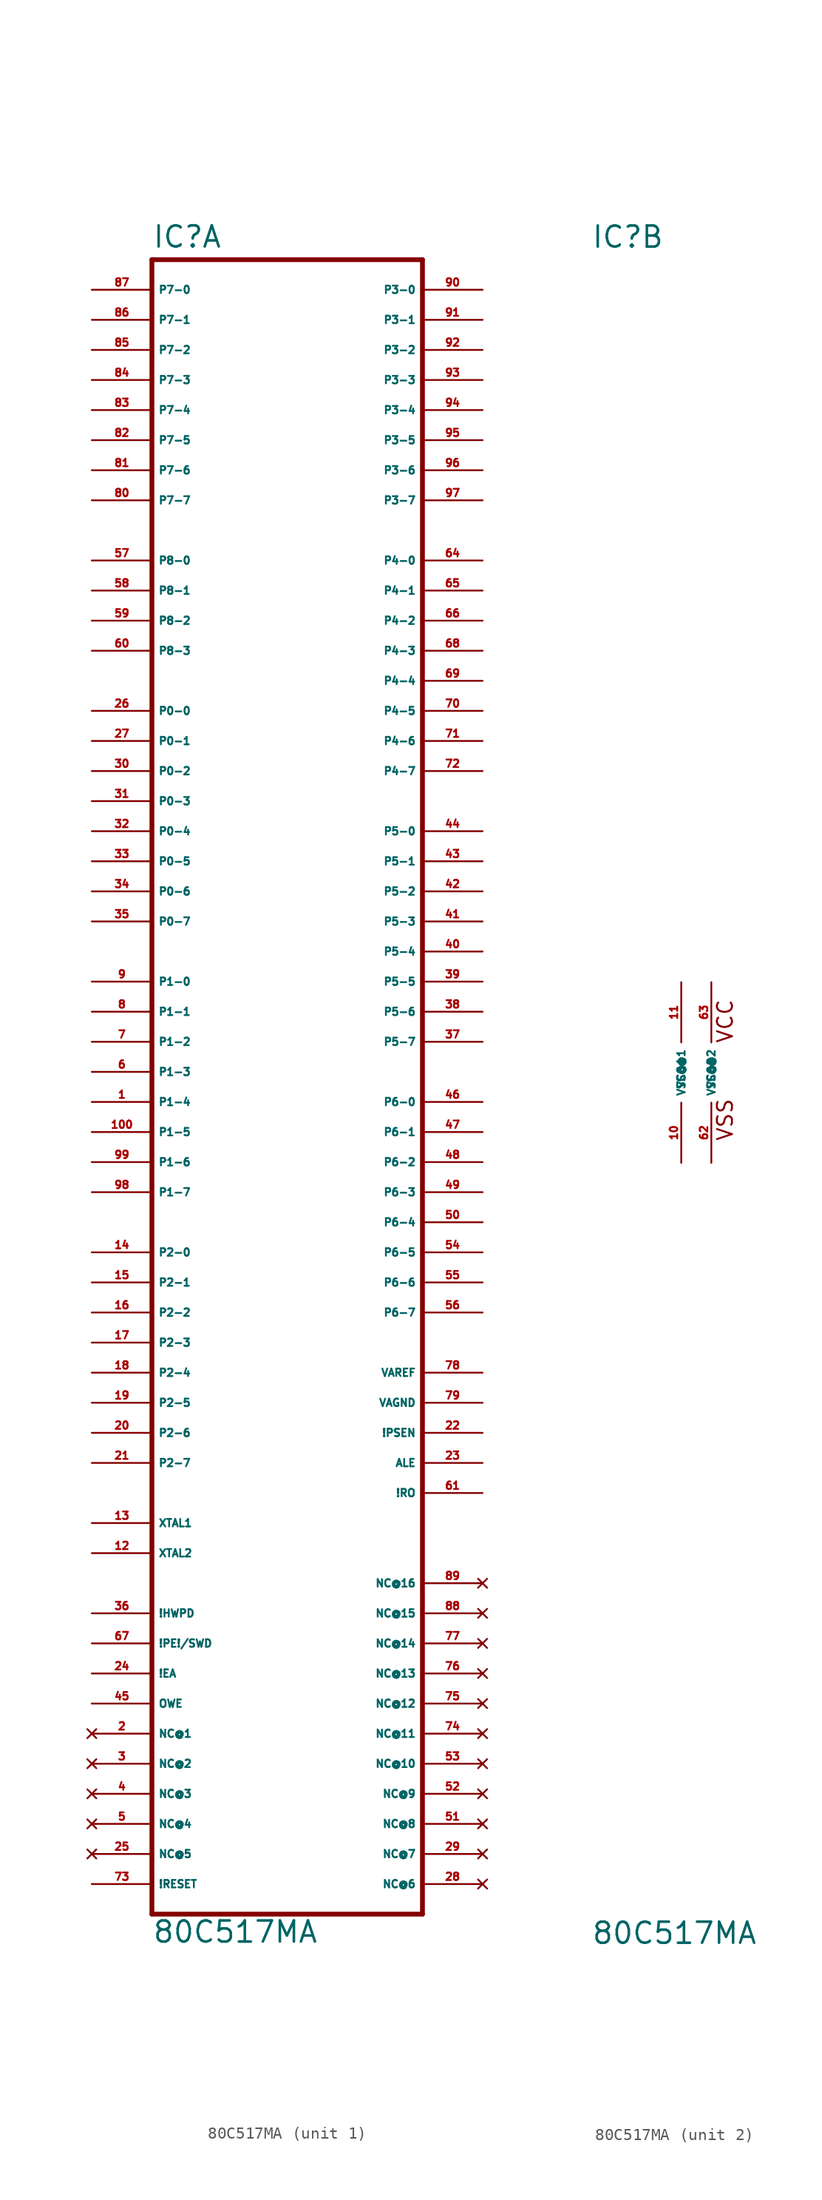
<source format=kicad_sym>
(kicad_symbol_lib
  (version 20220914)
  (generator Eagle2Kicad)
  (symbol "80C517MA"
    (property "Reference" "IC"
      (at -10.16 69.469 0)
      (effects (font (size 1.778 1.778) (thickness 0.22)) (justify left bottom)))
    (property "Value" "80C517MA"
      (at -10.16 -73.66 0)
      (effects (font (size 1.778 1.778) (thickness 0.22)) (justify left bottom)))
    (symbol "80C517MA_1_0"
      (polyline (pts (xy -10.16 -71.12) (xy 12.7 -71.12)) (stroke (width 0.406) (type default)) (fill (type none)))
      (polyline (pts (xy 12.7 -71.12) (xy 12.7 68.58)) (stroke (width 0.406) (type default)) (fill (type none)))
      (polyline (pts (xy 12.7 68.58) (xy -10.16 68.58)) (stroke (width 0.406) (type default)) (fill (type none)))
      (polyline (pts (xy -10.16 68.58) (xy -10.16 -71.12)) (stroke (width 0.406) (type default)) (fill (type none)))
      (pin input line (at -15.24 66.04 0) (length 5.08) (name "P7-0" (effects (font (size 0.635 0.635) (thickness 0.08)) (justify left bottom))) (number "87" (effects (font (size 0.635 0.635) (thickness 0.08)) (justify left bottom))))
      (pin input line (at -15.24 63.5 0) (length 5.08) (name "P7-1" (effects (font (size 0.635 0.635) (thickness 0.08)) (justify left bottom))) (number "86" (effects (font (size 0.635 0.635) (thickness 0.08)) (justify left bottom))))
      (pin input line (at -15.24 60.96 0) (length 5.08) (name "P7-2" (effects (font (size 0.635 0.635) (thickness 0.08)) (justify left bottom))) (number "85" (effects (font (size 0.635 0.635) (thickness 0.08)) (justify left bottom))))
      (pin input line (at -15.24 58.42 0) (length 5.08) (name "P7-3" (effects (font (size 0.635 0.635) (thickness 0.08)) (justify left bottom))) (number "84" (effects (font (size 0.635 0.635) (thickness 0.08)) (justify left bottom))))
      (pin input line (at -15.24 55.88 0) (length 5.08) (name "P7-4" (effects (font (size 0.635 0.635) (thickness 0.08)) (justify left bottom))) (number "83" (effects (font (size 0.635 0.635) (thickness 0.08)) (justify left bottom))))
      (pin input line (at -15.24 53.34 0) (length 5.08) (name "P7-5" (effects (font (size 0.635 0.635) (thickness 0.08)) (justify left bottom))) (number "82" (effects (font (size 0.635 0.635) (thickness 0.08)) (justify left bottom))))
      (pin input line (at -15.24 50.8 0) (length 5.08) (name "P7-6" (effects (font (size 0.635 0.635) (thickness 0.08)) (justify left bottom))) (number "81" (effects (font (size 0.635 0.635) (thickness 0.08)) (justify left bottom))))
      (pin input line (at -15.24 48.26 0) (length 5.08) (name "P7-7" (effects (font (size 0.635 0.635) (thickness 0.08)) (justify left bottom))) (number "80" (effects (font (size 0.635 0.635) (thickness 0.08)) (justify left bottom))))
      (pin bidirectional line (at -15.24 7.62 0) (length 5.08) (name "P1-0" (effects (font (size 0.635 0.635) (thickness 0.08)) (justify left bottom))) (number "9" (effects (font (size 0.635 0.635) (thickness 0.08)) (justify left bottom))))
      (pin bidirectional line (at -15.24 2.54 0) (length 5.08) (name "P1-2" (effects (font (size 0.635 0.635) (thickness 0.08)) (justify left bottom))) (number "7" (effects (font (size 0.635 0.635) (thickness 0.08)) (justify left bottom))))
      (pin bidirectional line (at -15.24 0 0) (length 5.08) (name "P1-3" (effects (font (size 0.635 0.635) (thickness 0.08)) (justify left bottom))) (number "6" (effects (font (size 0.635 0.635) (thickness 0.08)) (justify left bottom))))
      (pin bidirectional line (at -15.24 -2.54 0) (length 5.08) (name "P1-4" (effects (font (size 0.635 0.635) (thickness 0.08)) (justify left bottom))) (number "1" (effects (font (size 0.635 0.635) (thickness 0.08)) (justify left bottom))))
      (pin bidirectional line (at -15.24 -5.08 0) (length 5.08) (name "P1-5" (effects (font (size 0.635 0.635) (thickness 0.08)) (justify left bottom))) (number "100" (effects (font (size 0.635 0.635) (thickness 0.08)) (justify left bottom))))
      (pin bidirectional line (at -15.24 -7.62 0) (length 5.08) (name "P1-6" (effects (font (size 0.635 0.635) (thickness 0.08)) (justify left bottom))) (number "99" (effects (font (size 0.635 0.635) (thickness 0.08)) (justify left bottom))))
      (pin bidirectional line (at -15.24 -10.16 0) (length 5.08) (name "P1-7" (effects (font (size 0.635 0.635) (thickness 0.08)) (justify left bottom))) (number "98" (effects (font (size 0.635 0.635) (thickness 0.08)) (justify left bottom))))
      (pin bidirectional line (at -15.24 -15.24 0) (length 5.08) (name "P2-0" (effects (font (size 0.635 0.635) (thickness 0.08)) (justify left bottom))) (number "14" (effects (font (size 0.635 0.635) (thickness 0.08)) (justify left bottom))))
      (pin bidirectional line (at -15.24 -17.78 0) (length 5.08) (name "P2-1" (effects (font (size 0.635 0.635) (thickness 0.08)) (justify left bottom))) (number "15" (effects (font (size 0.635 0.635) (thickness 0.08)) (justify left bottom))))
      (pin bidirectional line (at -15.24 -20.32 0) (length 5.08) (name "P2-2" (effects (font (size 0.635 0.635) (thickness 0.08)) (justify left bottom))) (number "16" (effects (font (size 0.635 0.635) (thickness 0.08)) (justify left bottom))))
      (pin bidirectional line (at -15.24 -22.86 0) (length 5.08) (name "P2-3" (effects (font (size 0.635 0.635) (thickness 0.08)) (justify left bottom))) (number "17" (effects (font (size 0.635 0.635) (thickness 0.08)) (justify left bottom))))
      (pin bidirectional line (at -15.24 -25.4 0) (length 5.08) (name "P2-4" (effects (font (size 0.635 0.635) (thickness 0.08)) (justify left bottom))) (number "18" (effects (font (size 0.635 0.635) (thickness 0.08)) (justify left bottom))))
      (pin bidirectional line (at -15.24 -27.94 0) (length 5.08) (name "P2-5" (effects (font (size 0.635 0.635) (thickness 0.08)) (justify left bottom))) (number "19" (effects (font (size 0.635 0.635) (thickness 0.08)) (justify left bottom))))
      (pin bidirectional line (at -15.24 -30.48 0) (length 5.08) (name "P2-6" (effects (font (size 0.635 0.635) (thickness 0.08)) (justify left bottom))) (number "20" (effects (font (size 0.635 0.635) (thickness 0.08)) (justify left bottom))))
      (pin bidirectional line (at -15.24 -33.02 0) (length 5.08) (name "P2-7" (effects (font (size 0.635 0.635) (thickness 0.08)) (justify left bottom))) (number "21" (effects (font (size 0.635 0.635) (thickness 0.08)) (justify left bottom))))
      (pin bidirectional line (at 17.78 66.04 180) (length 5.08) (name "P3-0" (effects (font (size 0.635 0.635) (thickness 0.08)) (justify left bottom))) (number "90" (effects (font (size 0.635 0.635) (thickness 0.08)) (justify left bottom))))
      (pin bidirectional line (at 17.78 63.5 180) (length 5.08) (name "P3-1" (effects (font (size 0.635 0.635) (thickness 0.08)) (justify left bottom))) (number "91" (effects (font (size 0.635 0.635) (thickness 0.08)) (justify left bottom))))
      (pin bidirectional line (at 17.78 60.96 180) (length 5.08) (name "P3-2" (effects (font (size 0.635 0.635) (thickness 0.08)) (justify left bottom))) (number "92" (effects (font (size 0.635 0.635) (thickness 0.08)) (justify left bottom))))
      (pin bidirectional line (at 17.78 58.42 180) (length 5.08) (name "P3-3" (effects (font (size 0.635 0.635) (thickness 0.08)) (justify left bottom))) (number "93" (effects (font (size 0.635 0.635) (thickness 0.08)) (justify left bottom))))
      (pin bidirectional line (at 17.78 55.88 180) (length 5.08) (name "P3-4" (effects (font (size 0.635 0.635) (thickness 0.08)) (justify left bottom))) (number "94" (effects (font (size 0.635 0.635) (thickness 0.08)) (justify left bottom))))
      (pin bidirectional line (at 17.78 53.34 180) (length 5.08) (name "P3-5" (effects (font (size 0.635 0.635) (thickness 0.08)) (justify left bottom))) (number "95" (effects (font (size 0.635 0.635) (thickness 0.08)) (justify left bottom))))
      (pin bidirectional line (at 17.78 50.8 180) (length 5.08) (name "P3-6" (effects (font (size 0.635 0.635) (thickness 0.08)) (justify left bottom))) (number "96" (effects (font (size 0.635 0.635) (thickness 0.08)) (justify left bottom))))
      (pin bidirectional line (at 17.78 48.26 180) (length 5.08) (name "P3-7" (effects (font (size 0.635 0.635) (thickness 0.08)) (justify left bottom))) (number "97" (effects (font (size 0.635 0.635) (thickness 0.08)) (justify left bottom))))
      (pin bidirectional line (at -15.24 5.08 0) (length 5.08) (name "P1-1" (effects (font (size 0.635 0.635) (thickness 0.08)) (justify left bottom))) (number "8" (effects (font (size 0.635 0.635) (thickness 0.08)) (justify left bottom))))
      (pin bidirectional line (at 17.78 43.18 180) (length 5.08) (name "P4-0" (effects (font (size 0.635 0.635) (thickness 0.08)) (justify left bottom))) (number "64" (effects (font (size 0.635 0.635) (thickness 0.08)) (justify left bottom))))
      (pin bidirectional line (at 17.78 40.64 180) (length 5.08) (name "P4-1" (effects (font (size 0.635 0.635) (thickness 0.08)) (justify left bottom))) (number "65" (effects (font (size 0.635 0.635) (thickness 0.08)) (justify left bottom))))
      (pin bidirectional line (at 17.78 38.1 180) (length 5.08) (name "P4-2" (effects (font (size 0.635 0.635) (thickness 0.08)) (justify left bottom))) (number "66" (effects (font (size 0.635 0.635) (thickness 0.08)) (justify left bottom))))
      (pin bidirectional line (at 17.78 35.56 180) (length 5.08) (name "P4-3" (effects (font (size 0.635 0.635) (thickness 0.08)) (justify left bottom))) (number "68" (effects (font (size 0.635 0.635) (thickness 0.08)) (justify left bottom))))
      (pin bidirectional line (at 17.78 33.02 180) (length 5.08) (name "P4-4" (effects (font (size 0.635 0.635) (thickness 0.08)) (justify left bottom))) (number "69" (effects (font (size 0.635 0.635) (thickness 0.08)) (justify left bottom))))
      (pin bidirectional line (at 17.78 30.48 180) (length 5.08) (name "P4-5" (effects (font (size 0.635 0.635) (thickness 0.08)) (justify left bottom))) (number "70" (effects (font (size 0.635 0.635) (thickness 0.08)) (justify left bottom))))
      (pin bidirectional line (at 17.78 27.94 180) (length 5.08) (name "P4-6" (effects (font (size 0.635 0.635) (thickness 0.08)) (justify left bottom))) (number "71" (effects (font (size 0.635 0.635) (thickness 0.08)) (justify left bottom))))
      (pin bidirectional line (at 17.78 25.4 180) (length 5.08) (name "P4-7" (effects (font (size 0.635 0.635) (thickness 0.08)) (justify left bottom))) (number "72" (effects (font (size 0.635 0.635) (thickness 0.08)) (justify left bottom))))
      (pin bidirectional line (at -15.24 30.48 0) (length 5.08) (name "P0-0" (effects (font (size 0.635 0.635) (thickness 0.08)) (justify left bottom))) (number "26" (effects (font (size 0.635 0.635) (thickness 0.08)) (justify left bottom))))
      (pin bidirectional line (at -15.24 27.94 0) (length 5.08) (name "P0-1" (effects (font (size 0.635 0.635) (thickness 0.08)) (justify left bottom))) (number "27" (effects (font (size 0.635 0.635) (thickness 0.08)) (justify left bottom))))
      (pin bidirectional line (at -15.24 25.4 0) (length 5.08) (name "P0-2" (effects (font (size 0.635 0.635) (thickness 0.08)) (justify left bottom))) (number "30" (effects (font (size 0.635 0.635) (thickness 0.08)) (justify left bottom))))
      (pin bidirectional line (at -15.24 22.86 0) (length 5.08) (name "P0-3" (effects (font (size 0.635 0.635) (thickness 0.08)) (justify left bottom))) (number "31" (effects (font (size 0.635 0.635) (thickness 0.08)) (justify left bottom))))
      (pin bidirectional line (at -15.24 20.32 0) (length 5.08) (name "P0-4" (effects (font (size 0.635 0.635) (thickness 0.08)) (justify left bottom))) (number "32" (effects (font (size 0.635 0.635) (thickness 0.08)) (justify left bottom))))
      (pin bidirectional line (at -15.24 17.78 0) (length 5.08) (name "P0-5" (effects (font (size 0.635 0.635) (thickness 0.08)) (justify left bottom))) (number "33" (effects (font (size 0.635 0.635) (thickness 0.08)) (justify left bottom))))
      (pin bidirectional line (at -15.24 15.24 0) (length 5.08) (name "P0-6" (effects (font (size 0.635 0.635) (thickness 0.08)) (justify left bottom))) (number "34" (effects (font (size 0.635 0.635) (thickness 0.08)) (justify left bottom))))
      (pin bidirectional line (at -15.24 12.7 0) (length 5.08) (name "P0-7" (effects (font (size 0.635 0.635) (thickness 0.08)) (justify left bottom))) (number "35" (effects (font (size 0.635 0.635) (thickness 0.08)) (justify left bottom))))
      (pin bidirectional line (at 17.78 20.32 180) (length 5.08) (name "P5-0" (effects (font (size 0.635 0.635) (thickness 0.08)) (justify left bottom))) (number "44" (effects (font (size 0.635 0.635) (thickness 0.08)) (justify left bottom))))
      (pin bidirectional line (at 17.78 17.78 180) (length 5.08) (name "P5-1" (effects (font (size 0.635 0.635) (thickness 0.08)) (justify left bottom))) (number "43" (effects (font (size 0.635 0.635) (thickness 0.08)) (justify left bottom))))
      (pin bidirectional line (at 17.78 15.24 180) (length 5.08) (name "P5-2" (effects (font (size 0.635 0.635) (thickness 0.08)) (justify left bottom))) (number "42" (effects (font (size 0.635 0.635) (thickness 0.08)) (justify left bottom))))
      (pin bidirectional line (at 17.78 12.7 180) (length 5.08) (name "P5-3" (effects (font (size 0.635 0.635) (thickness 0.08)) (justify left bottom))) (number "41" (effects (font (size 0.635 0.635) (thickness 0.08)) (justify left bottom))))
      (pin bidirectional line (at 17.78 10.16 180) (length 5.08) (name "P5-4" (effects (font (size 0.635 0.635) (thickness 0.08)) (justify left bottom))) (number "40" (effects (font (size 0.635 0.635) (thickness 0.08)) (justify left bottom))))
      (pin bidirectional line (at 17.78 7.62 180) (length 5.08) (name "P5-5" (effects (font (size 0.635 0.635) (thickness 0.08)) (justify left bottom))) (number "39" (effects (font (size 0.635 0.635) (thickness 0.08)) (justify left bottom))))
      (pin bidirectional line (at 17.78 5.08 180) (length 5.08) (name "P5-6" (effects (font (size 0.635 0.635) (thickness 0.08)) (justify left bottom))) (number "38" (effects (font (size 0.635 0.635) (thickness 0.08)) (justify left bottom))))
      (pin bidirectional line (at 17.78 2.54 180) (length 5.08) (name "P5-7" (effects (font (size 0.635 0.635) (thickness 0.08)) (justify left bottom))) (number "37" (effects (font (size 0.635 0.635) (thickness 0.08)) (justify left bottom))))
      (pin bidirectional line (at 17.78 -2.54 180) (length 5.08) (name "P6-0" (effects (font (size 0.635 0.635) (thickness 0.08)) (justify left bottom))) (number "46" (effects (font (size 0.635 0.635) (thickness 0.08)) (justify left bottom))))
      (pin bidirectional line (at 17.78 -5.08 180) (length 5.08) (name "P6-1" (effects (font (size 0.635 0.635) (thickness 0.08)) (justify left bottom))) (number "47" (effects (font (size 0.635 0.635) (thickness 0.08)) (justify left bottom))))
      (pin bidirectional line (at 17.78 -7.62 180) (length 5.08) (name "P6-2" (effects (font (size 0.635 0.635) (thickness 0.08)) (justify left bottom))) (number "48" (effects (font (size 0.635 0.635) (thickness 0.08)) (justify left bottom))))
      (pin bidirectional line (at 17.78 -10.16 180) (length 5.08) (name "P6-3" (effects (font (size 0.635 0.635) (thickness 0.08)) (justify left bottom))) (number "49" (effects (font (size 0.635 0.635) (thickness 0.08)) (justify left bottom))))
      (pin bidirectional line (at 17.78 -12.7 180) (length 5.08) (name "P6-4" (effects (font (size 0.635 0.635) (thickness 0.08)) (justify left bottom))) (number "50" (effects (font (size 0.635 0.635) (thickness 0.08)) (justify left bottom))))
      (pin bidirectional line (at 17.78 -15.24 180) (length 5.08) (name "P6-5" (effects (font (size 0.635 0.635) (thickness 0.08)) (justify left bottom))) (number "54" (effects (font (size 0.635 0.635) (thickness 0.08)) (justify left bottom))))
      (pin bidirectional line (at 17.78 -17.78 180) (length 5.08) (name "P6-6" (effects (font (size 0.635 0.635) (thickness 0.08)) (justify left bottom))) (number "55" (effects (font (size 0.635 0.635) (thickness 0.08)) (justify left bottom))))
      (pin bidirectional line (at 17.78 -20.32 180) (length 5.08) (name "P6-7" (effects (font (size 0.635 0.635) (thickness 0.08)) (justify left bottom))) (number "56" (effects (font (size 0.635 0.635) (thickness 0.08)) (justify left bottom))))
      (pin input line (at -15.24 43.18 0) (length 5.08) (name "P8-0" (effects (font (size 0.635 0.635) (thickness 0.08)) (justify left bottom))) (number "57" (effects (font (size 0.635 0.635) (thickness 0.08)) (justify left bottom))))
      (pin input line (at -15.24 40.64 0) (length 5.08) (name "P8-1" (effects (font (size 0.635 0.635) (thickness 0.08)) (justify left bottom))) (number "58" (effects (font (size 0.635 0.635) (thickness 0.08)) (justify left bottom))))
      (pin input line (at -15.24 38.1 0) (length 5.08) (name "P8-2" (effects (font (size 0.635 0.635) (thickness 0.08)) (justify left bottom))) (number "59" (effects (font (size 0.635 0.635) (thickness 0.08)) (justify left bottom))))
      (pin input line (at -15.24 35.56 0) (length 5.08) (name "P8-3" (effects (font (size 0.635 0.635) (thickness 0.08)) (justify left bottom))) (number "60" (effects (font (size 0.635 0.635) (thickness 0.08)) (justify left bottom))))
      (pin input line (at -15.24 -48.26 0) (length 5.08) (name "!PE!/SWD" (effects (font (size 0.635 0.635) (thickness 0.08)) (justify left bottom))) (number "67" (effects (font (size 0.635 0.635) (thickness 0.08)) (justify left bottom))))
      (pin input line (at -15.24 -68.58 0) (length 5.08) (name "!RESET" (effects (font (size 0.635 0.635) (thickness 0.08)) (justify left bottom))) (number "73" (effects (font (size 0.635 0.635) (thickness 0.08)) (justify left bottom))))
      (pin passive line (at 17.78 -25.4 180) (length 5.08) (name "VAREF" (effects (font (size 0.635 0.635) (thickness 0.08)) (justify left bottom))) (number "78" (effects (font (size 0.635 0.635) (thickness 0.08)) (justify left bottom))))
      (pin passive line (at 17.78 -27.94 180) (length 5.08) (name "VAGND" (effects (font (size 0.635 0.635) (thickness 0.08)) (justify left bottom))) (number "79" (effects (font (size 0.635 0.635) (thickness 0.08)) (justify left bottom))))
      (pin passive line (at -15.24 -38.1 0) (length 5.08) (name "XTAL1" (effects (font (size 0.635 0.635) (thickness 0.08)) (justify left bottom))) (number "13" (effects (font (size 0.635 0.635) (thickness 0.08)) (justify left bottom))))
      (pin passive line (at -15.24 -40.64 0) (length 5.08) (name "XTAL2" (effects (font (size 0.635 0.635) (thickness 0.08)) (justify left bottom))) (number "12" (effects (font (size 0.635 0.635) (thickness 0.08)) (justify left bottom))))
      (pin output line (at 17.78 -30.48 180) (length 5.08) (name "!PSEN" (effects (font (size 0.635 0.635) (thickness 0.08)) (justify left bottom))) (number "22" (effects (font (size 0.635 0.635) (thickness 0.08)) (justify left bottom))))
      (pin output line (at 17.78 -33.02 180) (length 5.08) (name "ALE" (effects (font (size 0.635 0.635) (thickness 0.08)) (justify left bottom))) (number "23" (effects (font (size 0.635 0.635) (thickness 0.08)) (justify left bottom))))
      (pin input line (at -15.24 -50.8 0) (length 5.08) (name "!EA" (effects (font (size 0.635 0.635) (thickness 0.08)) (justify left bottom))) (number "24" (effects (font (size 0.635 0.635) (thickness 0.08)) (justify left bottom))))
      (pin input line (at -15.24 -53.34 0) (length 5.08) (name "OWE" (effects (font (size 0.635 0.635) (thickness 0.08)) (justify left bottom))) (number "45" (effects (font (size 0.635 0.635) (thickness 0.08)) (justify left bottom))))
      (pin output line (at 17.78 -35.56 180) (length 5.08) (name "!RO" (effects (font (size 0.635 0.635) (thickness 0.08)) (justify left bottom))) (number "61" (effects (font (size 0.635 0.635) (thickness 0.08)) (justify left bottom))))
      (pin input line (at -15.24 -45.72 0) (length 5.08) (name "!HWPD" (effects (font (size 0.635 0.635) (thickness 0.08)) (justify left bottom))) (number "36" (effects (font (size 0.635 0.635) (thickness 0.08)) (justify left bottom))))
      (pin no_connect line (at 17.78 -43.18 180) (length 5.08) (name "NC@16" (effects (font (size 0.635 0.635) (thickness 0.08)) (justify left bottom) hide)) (number "89" (effects (font (size 0.635 0.635) (thickness 0.08)) (justify left bottom) hide)))
      (pin no_connect line (at 17.78 -45.72 180) (length 5.08) (name "NC@15" (effects (font (size 0.635 0.635) (thickness 0.08)) (justify left bottom) hide)) (number "88" (effects (font (size 0.635 0.635) (thickness 0.08)) (justify left bottom) hide)))
      (pin no_connect line (at 17.78 -48.26 180) (length 5.08) (name "NC@14" (effects (font (size 0.635 0.635) (thickness 0.08)) (justify left bottom) hide)) (number "77" (effects (font (size 0.635 0.635) (thickness 0.08)) (justify left bottom) hide)))
      (pin no_connect line (at 17.78 -50.8 180) (length 5.08) (name "NC@13" (effects (font (size 0.635 0.635) (thickness 0.08)) (justify left bottom) hide)) (number "76" (effects (font (size 0.635 0.635) (thickness 0.08)) (justify left bottom) hide)))
      (pin no_connect line (at 17.78 -53.34 180) (length 5.08) (name "NC@12" (effects (font (size 0.635 0.635) (thickness 0.08)) (justify left bottom) hide)) (number "75" (effects (font (size 0.635 0.635) (thickness 0.08)) (justify left bottom) hide)))
      (pin no_connect line (at 17.78 -55.88 180) (length 5.08) (name "NC@11" (effects (font (size 0.635 0.635) (thickness 0.08)) (justify left bottom) hide)) (number "74" (effects (font (size 0.635 0.635) (thickness 0.08)) (justify left bottom) hide)))
      (pin no_connect line (at 17.78 -58.42 180) (length 5.08) (name "NC@10" (effects (font (size 0.635 0.635) (thickness 0.08)) (justify left bottom) hide)) (number "53" (effects (font (size 0.635 0.635) (thickness 0.08)) (justify left bottom) hide)))
      (pin no_connect line (at 17.78 -60.96 180) (length 5.08) (name "NC@9" (effects (font (size 0.635 0.635) (thickness 0.08)) (justify left bottom) hide)) (number "52" (effects (font (size 0.635 0.635) (thickness 0.08)) (justify left bottom) hide)))
      (pin no_connect line (at 17.78 -63.5 180) (length 5.08) (name "NC@8" (effects (font (size 0.635 0.635) (thickness 0.08)) (justify left bottom) hide)) (number "51" (effects (font (size 0.635 0.635) (thickness 0.08)) (justify left bottom) hide)))
      (pin no_connect line (at -15.24 -55.88 0) (length 5.08) (name "NC@1" (effects (font (size 0.635 0.635) (thickness 0.08)) (justify left bottom) hide)) (number "2" (effects (font (size 0.635 0.635) (thickness 0.08)) (justify left bottom) hide)))
      (pin no_connect line (at -15.24 -58.42 0) (length 5.08) (name "NC@2" (effects (font (size 0.635 0.635) (thickness 0.08)) (justify left bottom) hide)) (number "3" (effects (font (size 0.635 0.635) (thickness 0.08)) (justify left bottom) hide)))
      (pin no_connect line (at -15.24 -60.96 0) (length 5.08) (name "NC@3" (effects (font (size 0.635 0.635) (thickness 0.08)) (justify left bottom) hide)) (number "4" (effects (font (size 0.635 0.635) (thickness 0.08)) (justify left bottom) hide)))
      (pin no_connect line (at -15.24 -63.5 0) (length 5.08) (name "NC@4" (effects (font (size 0.635 0.635) (thickness 0.08)) (justify left bottom) hide)) (number "5" (effects (font (size 0.635 0.635) (thickness 0.08)) (justify left bottom) hide)))
      (pin no_connect line (at -15.24 -66.04 0) (length 5.08) (name "NC@5" (effects (font (size 0.635 0.635) (thickness 0.08)) (justify left bottom) hide)) (number "25" (effects (font (size 0.635 0.635) (thickness 0.08)) (justify left bottom) hide)))
      (pin no_connect line (at 17.78 -66.04 180) (length 5.08) (name "NC@7" (effects (font (size 0.635 0.635) (thickness 0.08)) (justify left bottom) hide)) (number "29" (effects (font (size 0.635 0.635) (thickness 0.08)) (justify left bottom) hide)))
      (pin no_connect line (at 17.78 -68.58 180) (length 5.08) (name "NC@6" (effects (font (size 0.635 0.635) (thickness 0.08)) (justify left bottom) hide)) (number "28" (effects (font (size 0.635 0.635) (thickness 0.08)) (justify left bottom) hide))))
    (symbol "80C517MA_2_0"
      (text "VSS" (at 1.905 -5.842 900) (effects (font (size 1.27 1.27) (thickness 0.16)) (justify left bottom)))
      (text "VCC" (at 1.905 2.413 900) (effects (font (size 1.27 1.27) (thickness 0.16)) (justify left bottom)))
      (pin unspecified line (at -2.54 7.62 270) (length 5.08) (name "VCC@1" (effects (font (size 0.635 0.635) (thickness 0.08)) (justify left bottom))) (number "11" (effects (font (size 0.635 0.635) (thickness 0.08)) (justify left bottom))))
      (pin unspecified line (at -2.54 -7.62 90) (length 5.08) (name "VSS@1" (effects (font (size 0.635 0.635) (thickness 0.08)) (justify left bottom))) (number "10" (effects (font (size 0.635 0.635) (thickness 0.08)) (justify left bottom))))
      (pin unspecified line (at 0 -7.62 90) (length 5.08) (name "VSS@2" (effects (font (size 0.635 0.635) (thickness 0.08)) (justify left bottom))) (number "62" (effects (font (size 0.635 0.635) (thickness 0.08)) (justify left bottom))))
      (pin unspecified line (at 0 7.62 270) (length 5.08) (name "VCC@2" (effects (font (size 0.635 0.635) (thickness 0.08)) (justify left bottom))) (number "63" (effects (font (size 0.635 0.635) (thickness 0.08)) (justify left bottom)))))))
</source>
